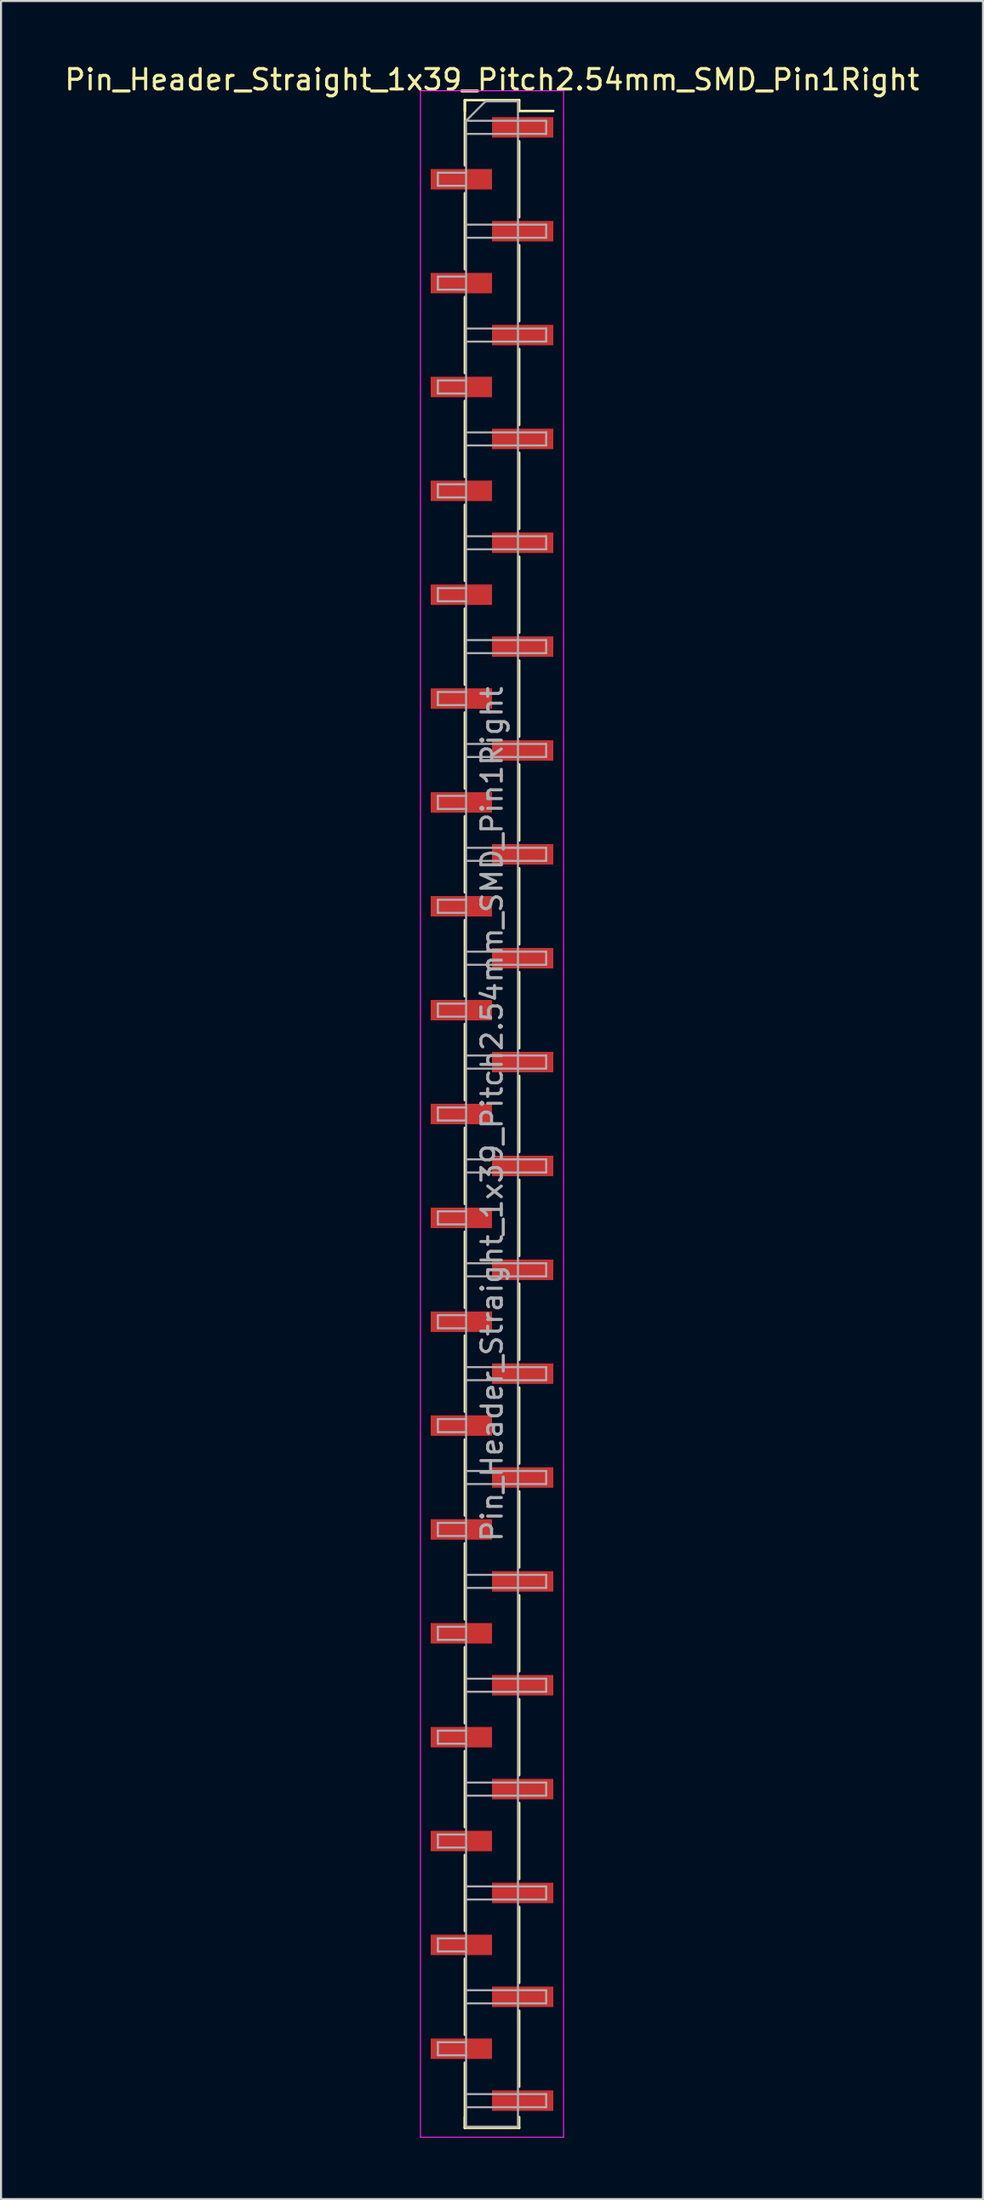
<source format=kicad_pcb>
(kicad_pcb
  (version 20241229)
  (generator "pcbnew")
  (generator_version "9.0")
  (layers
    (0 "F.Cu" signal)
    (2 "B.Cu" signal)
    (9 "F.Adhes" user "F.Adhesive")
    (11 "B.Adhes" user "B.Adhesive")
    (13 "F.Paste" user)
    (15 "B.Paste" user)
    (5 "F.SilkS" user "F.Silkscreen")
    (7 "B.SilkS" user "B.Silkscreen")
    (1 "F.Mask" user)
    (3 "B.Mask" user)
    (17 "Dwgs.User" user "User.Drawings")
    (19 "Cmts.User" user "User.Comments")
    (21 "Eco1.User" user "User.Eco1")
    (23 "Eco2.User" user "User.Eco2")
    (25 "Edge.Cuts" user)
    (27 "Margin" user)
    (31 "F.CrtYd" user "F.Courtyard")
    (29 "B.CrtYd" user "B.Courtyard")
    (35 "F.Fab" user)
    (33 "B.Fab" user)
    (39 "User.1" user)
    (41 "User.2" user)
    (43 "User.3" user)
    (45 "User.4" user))
  (footprint "Pin_Header_Straight_1x39_Pitch2.54mm_SMD_Pin1Right"
    (layer "F.Cu")
    (at 21.03 51.438)
    (property "Reference" "Pin_Header_Straight_1x39_Pitch2.54mm_SMD_Pin1Right" (at 0 -50.59 0) (layer "F.SilkS") (effects (font (size 1 1) (thickness 0.15))))
    (attr smd)
    (fp_line (start -1.33 -49.59) (end -1.33 -46.4) (stroke (width 0.12) (type solid)) (layer "F.SilkS"))
    (fp_line (start -1.33 -49.59) (end 1.33 -49.59) (stroke (width 0.12) (type solid)) (layer "F.SilkS"))
    (fp_line (start -1.33 -49.06) (end -1.33 -49.59) (stroke (width 0.12) (type solid)) (layer "F.SilkS"))
    (fp_line (start -1.33 -45.04) (end -1.33 -41.32) (stroke (width 0.12) (type solid)) (layer "F.SilkS"))
    (fp_line (start -1.33 -39.96) (end -1.33 -36.24) (stroke (width 0.12) (type solid)) (layer "F.SilkS"))
    (fp_line (start -1.33 -34.88) (end -1.33 -31.16) (stroke (width 0.12) (type solid)) (layer "F.SilkS"))
    (fp_line (start -1.33 -29.8) (end -1.33 -26.08) (stroke (width 0.12) (type solid)) (layer "F.SilkS"))
    (fp_line (start -1.33 -24.72) (end -1.33 -21) (stroke (width 0.12) (type solid)) (layer "F.SilkS"))
    (fp_line (start -1.33 -19.64) (end -1.33 -15.92) (stroke (width 0.12) (type solid)) (layer "F.SilkS"))
    (fp_line (start -1.33 -14.56) (end -1.33 -10.84) (stroke (width 0.12) (type solid)) (layer "F.SilkS"))
    (fp_line (start -1.33 -9.48) (end -1.33 -5.76) (stroke (width 0.12) (type solid)) (layer "F.SilkS"))
    (fp_line (start -1.33 -4.4) (end -1.33 -0.68) (stroke (width 0.12) (type solid)) (layer "F.SilkS"))
    (fp_line (start -1.33 0.68) (end -1.33 4.4) (stroke (width 0.12) (type solid)) (layer "F.SilkS"))
    (fp_line (start -1.33 5.76) (end -1.33 9.48) (stroke (width 0.12) (type solid)) (layer "F.SilkS"))
    (fp_line (start -1.33 10.84) (end -1.33 14.56) (stroke (width 0.12) (type solid)) (layer "F.SilkS"))
    (fp_line (start -1.33 15.92) (end -1.33 19.64) (stroke (width 0.12) (type solid)) (layer "F.SilkS"))
    (fp_line (start -1.33 21) (end -1.33 24.72) (stroke (width 0.12) (type solid)) (layer "F.SilkS"))
    (fp_line (start -1.33 26.08) (end -1.33 29.8) (stroke (width 0.12) (type solid)) (layer "F.SilkS"))
    (fp_line (start -1.33 31.16) (end -1.33 34.88) (stroke (width 0.12) (type solid)) (layer "F.SilkS"))
    (fp_line (start -1.33 36.24) (end -1.33 39.96) (stroke (width 0.12) (type solid)) (layer "F.SilkS"))
    (fp_line (start -1.33 41.32) (end -1.33 45.04) (stroke (width 0.12) (type solid)) (layer "F.SilkS"))
    (fp_line (start -1.33 46.4) (end -1.33 49.59) (stroke (width 0.12) (type solid)) (layer "F.SilkS"))
    (fp_line (start -1.33 49.06) (end -1.33 49.59) (stroke (width 0.12) (type solid)) (layer "F.SilkS"))
    (fp_line (start -1.33 49.59) (end 1.33 49.59) (stroke (width 0.12) (type solid)) (layer "F.SilkS"))
    (fp_line (start 1.33 -49.59) (end 1.33 -49.06) (stroke (width 0.12) (type solid)) (layer "F.SilkS"))
    (fp_line (start 1.33 -49.06) (end 3 -49.06) (stroke (width 0.12) (type solid)) (layer "F.SilkS"))
    (fp_line (start 1.33 -47.58) (end 1.33 -43.86) (stroke (width 0.12) (type solid)) (layer "F.SilkS"))
    (fp_line (start 1.33 -42.5) (end 1.33 -38.78) (stroke (width 0.12) (type solid)) (layer "F.SilkS"))
    (fp_line (start 1.33 -37.42) (end 1.33 -33.7) (stroke (width 0.12) (type solid)) (layer "F.SilkS"))
    (fp_line (start 1.33 -32.34) (end 1.33 -28.62) (stroke (width 0.12) (type solid)) (layer "F.SilkS"))
    (fp_line (start 1.33 -27.26) (end 1.33 -23.54) (stroke (width 0.12) (type solid)) (layer "F.SilkS"))
    (fp_line (start 1.33 -22.18) (end 1.33 -18.46) (stroke (width 0.12) (type solid)) (layer "F.SilkS"))
    (fp_line (start 1.33 -17.1) (end 1.33 -13.38) (stroke (width 0.12) (type solid)) (layer "F.SilkS"))
    (fp_line (start 1.33 -12.02) (end 1.33 -8.3) (stroke (width 0.12) (type solid)) (layer "F.SilkS"))
    (fp_line (start 1.33 -6.94) (end 1.33 -3.22) (stroke (width 0.12) (type solid)) (layer "F.SilkS"))
    (fp_line (start 1.33 -1.86) (end 1.33 1.86) (stroke (width 0.12) (type solid)) (layer "F.SilkS"))
    (fp_line (start 1.33 3.22) (end 1.33 6.94) (stroke (width 0.12) (type solid)) (layer "F.SilkS"))
    (fp_line (start 1.33 8.3) (end 1.33 12.02) (stroke (width 0.12) (type solid)) (layer "F.SilkS"))
    (fp_line (start 1.33 13.38) (end 1.33 17.1) (stroke (width 0.12) (type solid)) (layer "F.SilkS"))
    (fp_line (start 1.33 18.46) (end 1.33 22.18) (stroke (width 0.12) (type solid)) (layer "F.SilkS"))
    (fp_line (start 1.33 23.54) (end 1.33 27.26) (stroke (width 0.12) (type solid)) (layer "F.SilkS"))
    (fp_line (start 1.33 28.62) (end 1.33 32.34) (stroke (width 0.12) (type solid)) (layer "F.SilkS"))
    (fp_line (start 1.33 33.7) (end 1.33 37.42) (stroke (width 0.12) (type solid)) (layer "F.SilkS"))
    (fp_line (start 1.33 38.78) (end 1.33 42.5) (stroke (width 0.12) (type solid)) (layer "F.SilkS"))
    (fp_line (start 1.33 43.86) (end 1.33 47.58) (stroke (width 0.12) (type solid)) (layer "F.SilkS"))
    (fp_line (start 1.33 49.59) (end 1.33 49.06) (stroke (width 0.12) (type solid)) (layer "F.SilkS"))
    (fp_line (start -3.5 -50.05) (end -3.5 50.05) (stroke (width 0.05) (type solid)) (layer "F.CrtYd"))
    (fp_line (start -3.5 50.05) (end 3.5 50.05) (stroke (width 0.05) (type solid)) (layer "F.CrtYd"))
    (fp_line (start 3.5 -50.05) (end -3.5 -50.05) (stroke (width 0.05) (type solid)) (layer "F.CrtYd"))
    (fp_line (start 3.5 50.05) (end 3.5 -50.05) (stroke (width 0.05) (type solid)) (layer "F.CrtYd"))
    (fp_line (start -2.65 -46.04) (end -2.65 -45.4) (stroke (width 0.1) (type solid)) (layer "F.Fab"))
    (fp_line (start -2.65 -45.4) (end -1.27 -45.4) (stroke (width 0.1) (type solid)) (layer "F.Fab"))
    (fp_line (start -2.65 -40.96) (end -2.65 -40.32) (stroke (width 0.1) (type solid)) (layer "F.Fab"))
    (fp_line (start -2.65 -40.32) (end -1.27 -40.32) (stroke (width 0.1) (type solid)) (layer "F.Fab"))
    (fp_line (start -2.65 -35.88) (end -2.65 -35.24) (stroke (width 0.1) (type solid)) (layer "F.Fab"))
    (fp_line (start -2.65 -35.24) (end -1.27 -35.24) (stroke (width 0.1) (type solid)) (layer "F.Fab"))
    (fp_line (start -2.65 -30.8) (end -2.65 -30.16) (stroke (width 0.1) (type solid)) (layer "F.Fab"))
    (fp_line (start -2.65 -30.16) (end -1.27 -30.16) (stroke (width 0.1) (type solid)) (layer "F.Fab"))
    (fp_line (start -2.65 -25.72) (end -2.65 -25.08) (stroke (width 0.1) (type solid)) (layer "F.Fab"))
    (fp_line (start -2.65 -25.08) (end -1.27 -25.08) (stroke (width 0.1) (type solid)) (layer "F.Fab"))
    (fp_line (start -2.65 -20.64) (end -2.65 -20) (stroke (width 0.1) (type solid)) (layer "F.Fab"))
    (fp_line (start -2.65 -20) (end -1.27 -20) (stroke (width 0.1) (type solid)) (layer "F.Fab"))
    (fp_line (start -2.65 -15.56) (end -2.65 -14.92) (stroke (width 0.1) (type solid)) (layer "F.Fab"))
    (fp_line (start -2.65 -14.92) (end -1.27 -14.92) (stroke (width 0.1) (type solid)) (layer "F.Fab"))
    (fp_line (start -2.65 -10.48) (end -2.65 -9.84) (stroke (width 0.1) (type solid)) (layer "F.Fab"))
    (fp_line (start -2.65 -9.84) (end -1.27 -9.84) (stroke (width 0.1) (type solid)) (layer "F.Fab"))
    (fp_line (start -2.65 -5.4) (end -2.65 -4.76) (stroke (width 0.1) (type solid)) (layer "F.Fab"))
    (fp_line (start -2.65 -4.76) (end -1.27 -4.76) (stroke (width 0.1) (type solid)) (layer "F.Fab"))
    (fp_line (start -2.65 -0.32) (end -2.65 0.32) (stroke (width 0.1) (type solid)) (layer "F.Fab"))
    (fp_line (start -2.65 0.32) (end -1.27 0.32) (stroke (width 0.1) (type solid)) (layer "F.Fab"))
    (fp_line (start -2.65 4.76) (end -2.65 5.4) (stroke (width 0.1) (type solid)) (layer "F.Fab"))
    (fp_line (start -2.65 5.4) (end -1.27 5.4) (stroke (width 0.1) (type solid)) (layer "F.Fab"))
    (fp_line (start -2.65 9.84) (end -2.65 10.48) (stroke (width 0.1) (type solid)) (layer "F.Fab"))
    (fp_line (start -2.65 10.48) (end -1.27 10.48) (stroke (width 0.1) (type solid)) (layer "F.Fab"))
    (fp_line (start -2.65 14.92) (end -2.65 15.56) (stroke (width 0.1) (type solid)) (layer "F.Fab"))
    (fp_line (start -2.65 15.56) (end -1.27 15.56) (stroke (width 0.1) (type solid)) (layer "F.Fab"))
    (fp_line (start -2.65 20) (end -2.65 20.64) (stroke (width 0.1) (type solid)) (layer "F.Fab"))
    (fp_line (start -2.65 20.64) (end -1.27 20.64) (stroke (width 0.1) (type solid)) (layer "F.Fab"))
    (fp_line (start -2.65 25.08) (end -2.65 25.72) (stroke (width 0.1) (type solid)) (layer "F.Fab"))
    (fp_line (start -2.65 25.72) (end -1.27 25.72) (stroke (width 0.1) (type solid)) (layer "F.Fab"))
    (fp_line (start -2.65 30.16) (end -2.65 30.8) (stroke (width 0.1) (type solid)) (layer "F.Fab"))
    (fp_line (start -2.65 30.8) (end -1.27 30.8) (stroke (width 0.1) (type solid)) (layer "F.Fab"))
    (fp_line (start -2.65 35.24) (end -2.65 35.88) (stroke (width 0.1) (type solid)) (layer "F.Fab"))
    (fp_line (start -2.65 35.88) (end -1.27 35.88) (stroke (width 0.1) (type solid)) (layer "F.Fab"))
    (fp_line (start -2.65 40.32) (end -2.65 40.96) (stroke (width 0.1) (type solid)) (layer "F.Fab"))
    (fp_line (start -2.65 40.96) (end -1.27 40.96) (stroke (width 0.1) (type solid)) (layer "F.Fab"))
    (fp_line (start -2.65 45.4) (end -2.65 46.04) (stroke (width 0.1) (type solid)) (layer "F.Fab"))
    (fp_line (start -2.65 46.04) (end -1.27 46.04) (stroke (width 0.1) (type solid)) (layer "F.Fab"))
    (fp_line (start -1.27 -48.58) (end -0.32 -49.53) (stroke (width 0.1) (type solid)) (layer "F.Fab"))
    (fp_line (start -1.27 -48.58) (end 2.65 -48.58) (stroke (width 0.1) (type solid)) (layer "F.Fab"))
    (fp_line (start -1.27 -46.04) (end -2.65 -46.04) (stroke (width 0.1) (type solid)) (layer "F.Fab"))
    (fp_line (start -1.27 -43.5) (end 2.65 -43.5) (stroke (width 0.1) (type solid)) (layer "F.Fab"))
    (fp_line (start -1.27 -40.96) (end -2.65 -40.96) (stroke (width 0.1) (type solid)) (layer "F.Fab"))
    (fp_line (start -1.27 -38.42) (end 2.65 -38.42) (stroke (width 0.1) (type solid)) (layer "F.Fab"))
    (fp_line (start -1.27 -35.88) (end -2.65 -35.88) (stroke (width 0.1) (type solid)) (layer "F.Fab"))
    (fp_line (start -1.27 -33.34) (end 2.65 -33.34) (stroke (width 0.1) (type solid)) (layer "F.Fab"))
    (fp_line (start -1.27 -30.8) (end -2.65 -30.8) (stroke (width 0.1) (type solid)) (layer "F.Fab"))
    (fp_line (start -1.27 -28.26) (end 2.65 -28.26) (stroke (width 0.1) (type solid)) (layer "F.Fab"))
    (fp_line (start -1.27 -25.72) (end -2.65 -25.72) (stroke (width 0.1) (type solid)) (layer "F.Fab"))
    (fp_line (start -1.27 -23.18) (end 2.65 -23.18) (stroke (width 0.1) (type solid)) (layer "F.Fab"))
    (fp_line (start -1.27 -20.64) (end -2.65 -20.64) (stroke (width 0.1) (type solid)) (layer "F.Fab"))
    (fp_line (start -1.27 -18.1) (end 2.65 -18.1) (stroke (width 0.1) (type solid)) (layer "F.Fab"))
    (fp_line (start -1.27 -15.56) (end -2.65 -15.56) (stroke (width 0.1) (type solid)) (layer "F.Fab"))
    (fp_line (start -1.27 -13.02) (end 2.65 -13.02) (stroke (width 0.1) (type solid)) (layer "F.Fab"))
    (fp_line (start -1.27 -10.48) (end -2.65 -10.48) (stroke (width 0.1) (type solid)) (layer "F.Fab"))
    (fp_line (start -1.27 -7.94) (end 2.65 -7.94) (stroke (width 0.1) (type solid)) (layer "F.Fab"))
    (fp_line (start -1.27 -5.4) (end -2.65 -5.4) (stroke (width 0.1) (type solid)) (layer "F.Fab"))
    (fp_line (start -1.27 -2.86) (end 2.65 -2.86) (stroke (width 0.1) (type solid)) (layer "F.Fab"))
    (fp_line (start -1.27 -0.32) (end -2.65 -0.32) (stroke (width 0.1) (type solid)) (layer "F.Fab"))
    (fp_line (start -1.27 2.22) (end 2.65 2.22) (stroke (width 0.1) (type solid)) (layer "F.Fab"))
    (fp_line (start -1.27 4.76) (end -2.65 4.76) (stroke (width 0.1) (type solid)) (layer "F.Fab"))
    (fp_line (start -1.27 7.3) (end 2.65 7.3) (stroke (width 0.1) (type solid)) (layer "F.Fab"))
    (fp_line (start -1.27 9.84) (end -2.65 9.84) (stroke (width 0.1) (type solid)) (layer "F.Fab"))
    (fp_line (start -1.27 12.38) (end 2.65 12.38) (stroke (width 0.1) (type solid)) (layer "F.Fab"))
    (fp_line (start -1.27 14.92) (end -2.65 14.92) (stroke (width 0.1) (type solid)) (layer "F.Fab"))
    (fp_line (start -1.27 17.46) (end 2.65 17.46) (stroke (width 0.1) (type solid)) (layer "F.Fab"))
    (fp_line (start -1.27 20) (end -2.65 20) (stroke (width 0.1) (type solid)) (layer "F.Fab"))
    (fp_line (start -1.27 22.54) (end 2.65 22.54) (stroke (width 0.1) (type solid)) (layer "F.Fab"))
    (fp_line (start -1.27 25.08) (end -2.65 25.08) (stroke (width 0.1) (type solid)) (layer "F.Fab"))
    (fp_line (start -1.27 27.62) (end 2.65 27.62) (stroke (width 0.1) (type solid)) (layer "F.Fab"))
    (fp_line (start -1.27 30.16) (end -2.65 30.16) (stroke (width 0.1) (type solid)) (layer "F.Fab"))
    (fp_line (start -1.27 32.7) (end 2.65 32.7) (stroke (width 0.1) (type solid)) (layer "F.Fab"))
    (fp_line (start -1.27 35.24) (end -2.65 35.24) (stroke (width 0.1) (type solid)) (layer "F.Fab"))
    (fp_line (start -1.27 37.78) (end 2.65 37.78) (stroke (width 0.1) (type solid)) (layer "F.Fab"))
    (fp_line (start -1.27 40.32) (end -2.65 40.32) (stroke (width 0.1) (type solid)) (layer "F.Fab"))
    (fp_line (start -1.27 42.86) (end 2.65 42.86) (stroke (width 0.1) (type solid)) (layer "F.Fab"))
    (fp_line (start -1.27 45.4) (end -2.65 45.4) (stroke (width 0.1) (type solid)) (layer "F.Fab"))
    (fp_line (start -1.27 47.94) (end 2.65 47.94) (stroke (width 0.1) (type solid)) (layer "F.Fab"))
    (fp_line (start -1.27 49.53) (end -1.27 -48.58) (stroke (width 0.1) (type solid)) (layer "F.Fab"))
    (fp_line (start -0.32 -49.53) (end 1.27 -49.53) (stroke (width 0.1) (type solid)) (layer "F.Fab"))
    (fp_line (start 1.27 -49.53) (end 1.27 49.53) (stroke (width 0.1) (type solid)) (layer "F.Fab"))
    (fp_line (start 1.27 49.53) (end -1.27 49.53) (stroke (width 0.1) (type solid)) (layer "F.Fab"))
    (fp_line (start 2.65 -48.58) (end 2.65 -47.94) (stroke (width 0.1) (type solid)) (layer "F.Fab"))
    (fp_line (start 2.65 -47.94) (end -1.27 -47.94) (stroke (width 0.1) (type solid)) (layer "F.Fab"))
    (fp_line (start 2.65 -43.5) (end 2.65 -42.86) (stroke (width 0.1) (type solid)) (layer "F.Fab"))
    (fp_line (start 2.65 -42.86) (end -1.27 -42.86) (stroke (width 0.1) (type solid)) (layer "F.Fab"))
    (fp_line (start 2.65 -38.42) (end 2.65 -37.78) (stroke (width 0.1) (type solid)) (layer "F.Fab"))
    (fp_line (start 2.65 -37.78) (end -1.27 -37.78) (stroke (width 0.1) (type solid)) (layer "F.Fab"))
    (fp_line (start 2.65 -33.34) (end 2.65 -32.7) (stroke (width 0.1) (type solid)) (layer "F.Fab"))
    (fp_line (start 2.65 -32.7) (end -1.27 -32.7) (stroke (width 0.1) (type solid)) (layer "F.Fab"))
    (fp_line (start 2.65 -28.26) (end 2.65 -27.62) (stroke (width 0.1) (type solid)) (layer "F.Fab"))
    (fp_line (start 2.65 -27.62) (end -1.27 -27.62) (stroke (width 0.1) (type solid)) (layer "F.Fab"))
    (fp_line (start 2.65 -23.18) (end 2.65 -22.54) (stroke (width 0.1) (type solid)) (layer "F.Fab"))
    (fp_line (start 2.65 -22.54) (end -1.27 -22.54) (stroke (width 0.1) (type solid)) (layer "F.Fab"))
    (fp_line (start 2.65 -18.1) (end 2.65 -17.46) (stroke (width 0.1) (type solid)) (layer "F.Fab"))
    (fp_line (start 2.65 -17.46) (end -1.27 -17.46) (stroke (width 0.1) (type solid)) (layer "F.Fab"))
    (fp_line (start 2.65 -13.02) (end 2.65 -12.38) (stroke (width 0.1) (type solid)) (layer "F.Fab"))
    (fp_line (start 2.65 -12.38) (end -1.27 -12.38) (stroke (width 0.1) (type solid)) (layer "F.Fab"))
    (fp_line (start 2.65 -7.94) (end 2.65 -7.3) (stroke (width 0.1) (type solid)) (layer "F.Fab"))
    (fp_line (start 2.65 -7.3) (end -1.27 -7.3) (stroke (width 0.1) (type solid)) (layer "F.Fab"))
    (fp_line (start 2.65 -2.86) (end 2.65 -2.22) (stroke (width 0.1) (type solid)) (layer "F.Fab"))
    (fp_line (start 2.65 -2.22) (end -1.27 -2.22) (stroke (width 0.1) (type solid)) (layer "F.Fab"))
    (fp_line (start 2.65 2.22) (end 2.65 2.86) (stroke (width 0.1) (type solid)) (layer "F.Fab"))
    (fp_line (start 2.65 2.86) (end -1.27 2.86) (stroke (width 0.1) (type solid)) (layer "F.Fab"))
    (fp_line (start 2.65 7.3) (end 2.65 7.94) (stroke (width 0.1) (type solid)) (layer "F.Fab"))
    (fp_line (start 2.65 7.94) (end -1.27 7.94) (stroke (width 0.1) (type solid)) (layer "F.Fab"))
    (fp_line (start 2.65 12.38) (end 2.65 13.02) (stroke (width 0.1) (type solid)) (layer "F.Fab"))
    (fp_line (start 2.65 13.02) (end -1.27 13.02) (stroke (width 0.1) (type solid)) (layer "F.Fab"))
    (fp_line (start 2.65 17.46) (end 2.65 18.1) (stroke (width 0.1) (type solid)) (layer "F.Fab"))
    (fp_line (start 2.65 18.1) (end -1.27 18.1) (stroke (width 0.1) (type solid)) (layer "F.Fab"))
    (fp_line (start 2.65 22.54) (end 2.65 23.18) (stroke (width 0.1) (type solid)) (layer "F.Fab"))
    (fp_line (start 2.65 23.18) (end -1.27 23.18) (stroke (width 0.1) (type solid)) (layer "F.Fab"))
    (fp_line (start 2.65 27.62) (end 2.65 28.26) (stroke (width 0.1) (type solid)) (layer "F.Fab"))
    (fp_line (start 2.65 28.26) (end -1.27 28.26) (stroke (width 0.1) (type solid)) (layer "F.Fab"))
    (fp_line (start 2.65 32.7) (end 2.65 33.34) (stroke (width 0.1) (type solid)) (layer "F.Fab"))
    (fp_line (start 2.65 33.34) (end -1.27 33.34) (stroke (width 0.1) (type solid)) (layer "F.Fab"))
    (fp_line (start 2.65 37.78) (end 2.65 38.42) (stroke (width 0.1) (type solid)) (layer "F.Fab"))
    (fp_line (start 2.65 38.42) (end -1.27 38.42) (stroke (width 0.1) (type solid)) (layer "F.Fab"))
    (fp_line (start 2.65 42.86) (end 2.65 43.5) (stroke (width 0.1) (type solid)) (layer "F.Fab"))
    (fp_line (start 2.65 43.5) (end -1.27 43.5) (stroke (width 0.1) (type solid)) (layer "F.Fab"))
    (fp_line (start 2.65 47.94) (end 2.65 48.58) (stroke (width 0.1) (type solid)) (layer "F.Fab"))
    (fp_line (start 2.65 48.58) (end -1.27 48.58) (stroke (width 0.1) (type solid)) (layer "F.Fab"))
    (fp_text user "${REFERENCE}" (at 0 0 90) (layer "F.Fab") (effects (font (size 1 1) (thickness 0.15))))
    (pad "1" smd rect (at 1.5 -48.26) (size 3 1) (layers "F.Cu" "F.Mask"))
    (pad "2" smd rect (at -1.5 -45.72) (size 3 1) (layers "F.Cu" "F.Mask"))
    (pad "3" smd rect (at 1.5 -43.18) (size 3 1) (layers "F.Cu" "F.Mask"))
    (pad "4" smd rect (at -1.5 -40.64) (size 3 1) (layers "F.Cu" "F.Mask"))
    (pad "5" smd rect (at 1.5 -38.1) (size 3 1) (layers "F.Cu" "F.Mask"))
    (pad "6" smd rect (at -1.5 -35.56) (size 3 1) (layers "F.Cu" "F.Mask"))
    (pad "7" smd rect (at 1.5 -33.02) (size 3 1) (layers "F.Cu" "F.Mask"))
    (pad "8" smd rect (at -1.5 -30.48) (size 3 1) (layers "F.Cu" "F.Mask"))
    (pad "9" smd rect (at 1.5 -27.94) (size 3 1) (layers "F.Cu" "F.Mask"))
    (pad "10" smd rect (at -1.5 -25.4) (size 3 1) (layers "F.Cu" "F.Mask"))
    (pad "11" smd rect (at 1.5 -22.86) (size 3 1) (layers "F.Cu" "F.Mask"))
    (pad "12" smd rect (at -1.5 -20.32) (size 3 1) (layers "F.Cu" "F.Mask"))
    (pad "13" smd rect (at 1.5 -17.78) (size 3 1) (layers "F.Cu" "F.Mask"))
    (pad "14" smd rect (at -1.5 -15.24) (size 3 1) (layers "F.Cu" "F.Mask"))
    (pad "15" smd rect (at 1.5 -12.7) (size 3 1) (layers "F.Cu" "F.Mask"))
    (pad "16" smd rect (at -1.5 -10.16) (size 3 1) (layers "F.Cu" "F.Mask"))
    (pad "17" smd rect (at 1.5 -7.62) (size 3 1) (layers "F.Cu" "F.Mask"))
    (pad "18" smd rect (at -1.5 -5.08) (size 3 1) (layers "F.Cu" "F.Mask"))
    (pad "19" smd rect (at 1.5 -2.54) (size 3 1) (layers "F.Cu" "F.Mask"))
    (pad "20" smd rect (at -1.5 0) (size 3 1) (layers "F.Cu" "F.Mask"))
    (pad "21" smd rect (at 1.5 2.54) (size 3 1) (layers "F.Cu" "F.Mask"))
    (pad "22" smd rect (at -1.5 5.08) (size 3 1) (layers "F.Cu" "F.Mask"))
    (pad "23" smd rect (at 1.5 7.62) (size 3 1) (layers "F.Cu" "F.Mask"))
    (pad "24" smd rect (at -1.5 10.16) (size 3 1) (layers "F.Cu" "F.Mask"))
    (pad "25" smd rect (at 1.5 12.7) (size 3 1) (layers "F.Cu" "F.Mask"))
    (pad "26" smd rect (at -1.5 15.24) (size 3 1) (layers "F.Cu" "F.Mask"))
    (pad "27" smd rect (at 1.5 17.78) (size 3 1) (layers "F.Cu" "F.Mask"))
    (pad "28" smd rect (at -1.5 20.32) (size 3 1) (layers "F.Cu" "F.Mask"))
    (pad "29" smd rect (at 1.5 22.86) (size 3 1) (layers "F.Cu" "F.Mask"))
    (pad "30" smd rect (at -1.5 25.4) (size 3 1) (layers "F.Cu" "F.Mask"))
    (pad "31" smd rect (at 1.5 27.94) (size 3 1) (layers "F.Cu" "F.Mask"))
    (pad "32" smd rect (at -1.5 30.48) (size 3 1) (layers "F.Cu" "F.Mask"))
    (pad "33" smd rect (at 1.5 33.02) (size 3 1) (layers "F.Cu" "F.Mask"))
    (pad "34" smd rect (at -1.5 35.56) (size 3 1) (layers "F.Cu" "F.Mask"))
    (pad "35" smd rect (at 1.5 38.1) (size 3 1) (layers "F.Cu" "F.Mask"))
    (pad "36" smd rect (at -1.5 40.64) (size 3 1) (layers "F.Cu" "F.Mask"))
    (pad "37" smd rect (at 1.5 43.18) (size 3 1) (layers "F.Cu" "F.Mask"))
    (pad "38" smd rect (at -1.5 45.72) (size 3 1) (layers "F.Cu" "F.Mask"))
    (pad "39" smd rect (at 1.5 48.26) (size 3 1) (layers "F.Cu" "F.Mask")))
  (gr_rect
    (start -3 -3)
    (end 45.06 104.513)
    (stroke (width 0.1) (type default))
    (fill no)
    (layer "Edge.Cuts")))
</source>
